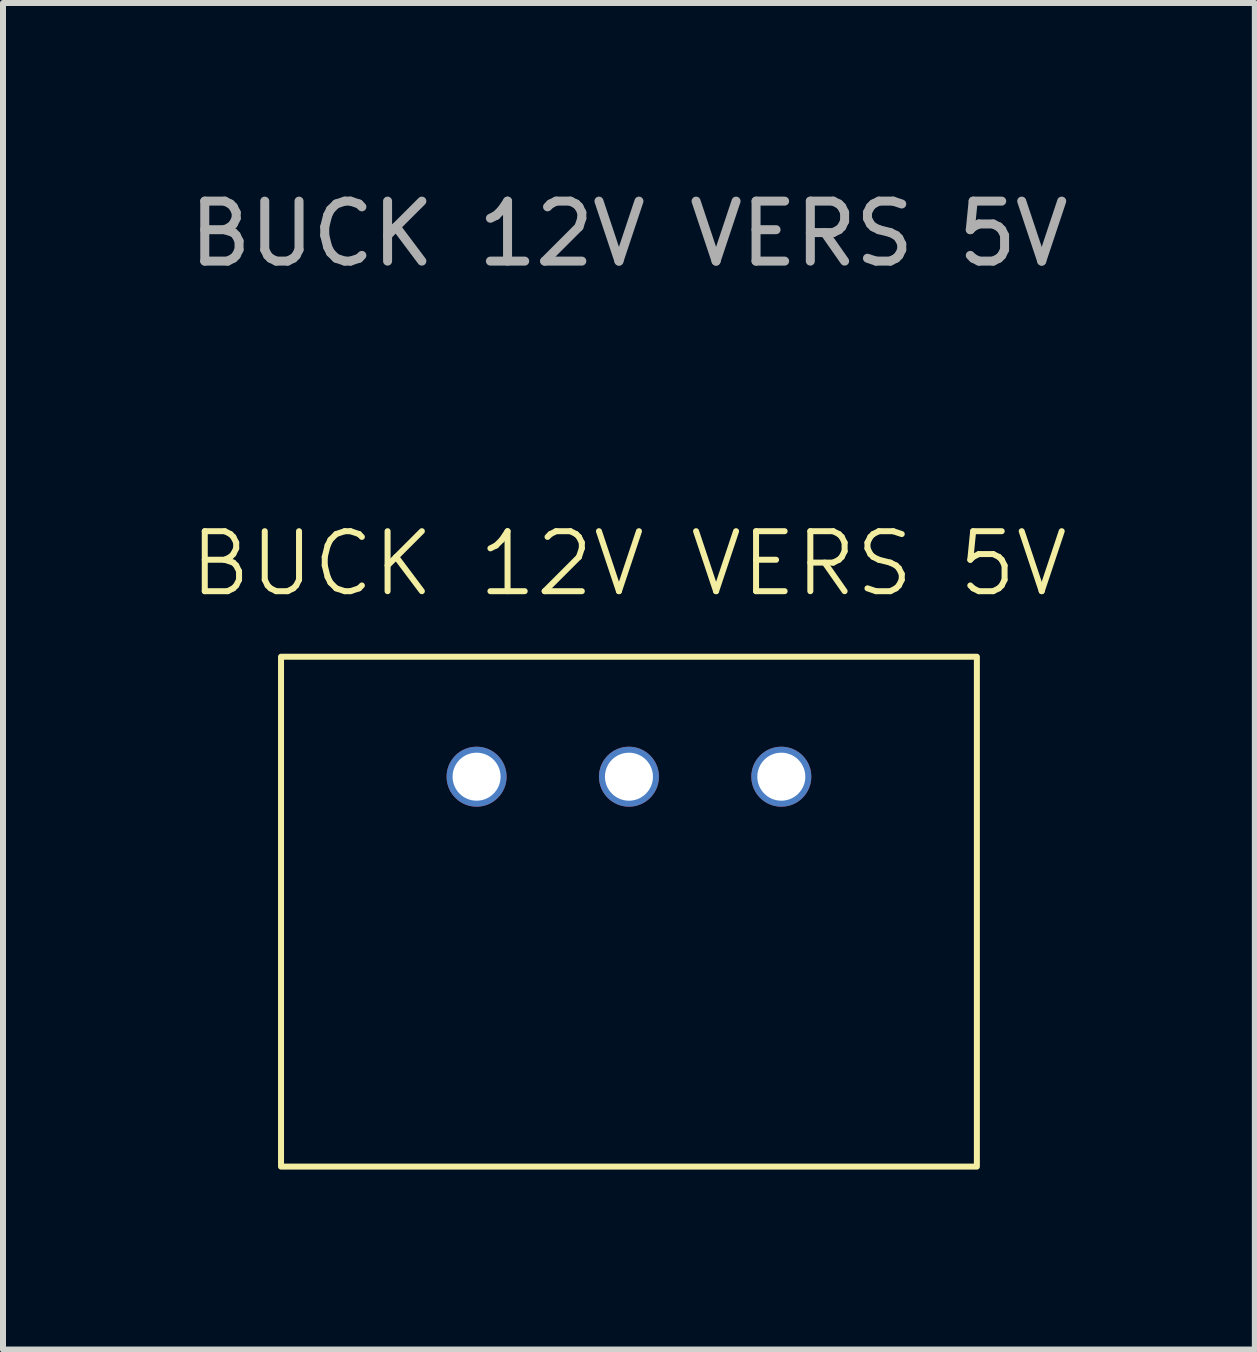
<source format=kicad_pcb>
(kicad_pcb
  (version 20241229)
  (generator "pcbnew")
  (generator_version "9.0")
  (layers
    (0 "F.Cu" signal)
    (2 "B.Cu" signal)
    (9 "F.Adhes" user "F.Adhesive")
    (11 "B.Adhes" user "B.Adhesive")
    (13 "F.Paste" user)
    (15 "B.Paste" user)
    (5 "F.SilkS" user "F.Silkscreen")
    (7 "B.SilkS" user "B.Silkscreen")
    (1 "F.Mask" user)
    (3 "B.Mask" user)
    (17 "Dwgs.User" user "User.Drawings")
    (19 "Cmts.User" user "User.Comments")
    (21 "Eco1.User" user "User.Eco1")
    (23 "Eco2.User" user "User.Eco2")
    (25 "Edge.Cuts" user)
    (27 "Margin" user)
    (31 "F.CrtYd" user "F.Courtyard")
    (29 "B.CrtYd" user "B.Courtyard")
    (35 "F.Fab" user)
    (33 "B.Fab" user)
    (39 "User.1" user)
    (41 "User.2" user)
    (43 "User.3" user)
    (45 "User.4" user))
  (footprint "BUCK 12V VERS 5V"
    (layer "F.Cu")
    (at 7.435 12.148)
    (property "Reference" "BUCK 12V VERS 5V" (at 0 -5.8 0) (unlocked yes) (layer "F.SilkS") (effects (font (size 1 1) (thickness 0.1))))
    (attr smd)
    (fp_rect (start -5.8 -4.25) (end 5.8 4.25) (stroke (width 0.1) (type default)) (fill no) (layer "F.SilkS"))
    (fp_text user "${REFERENCE}" (at 0 -11.3 0) (unlocked yes) (layer "F.Fab") (effects (font (size 1 1) (thickness 0.15))))
    (pad "1" thru_hole circle (at -2.54 -2.25) (size 1 1) (drill 0.8) (layers "*.Cu" "*.Mask"))
    (pad "2" thru_hole circle (at 0 -2.25) (size 1 1) (drill 0.8) (layers "*.Cu" "*.Mask"))
    (pad "3" thru_hole circle (at 2.54 -2.25) (size 1 1) (drill 0.8) (layers "*.Cu" "*.Mask")))
  (gr_rect
    (start -3 -3)
    (end 17.869 19.448)
    (stroke (width 0.1) (type default))
    (fill no)
    (layer "Edge.Cuts")))
</source>
